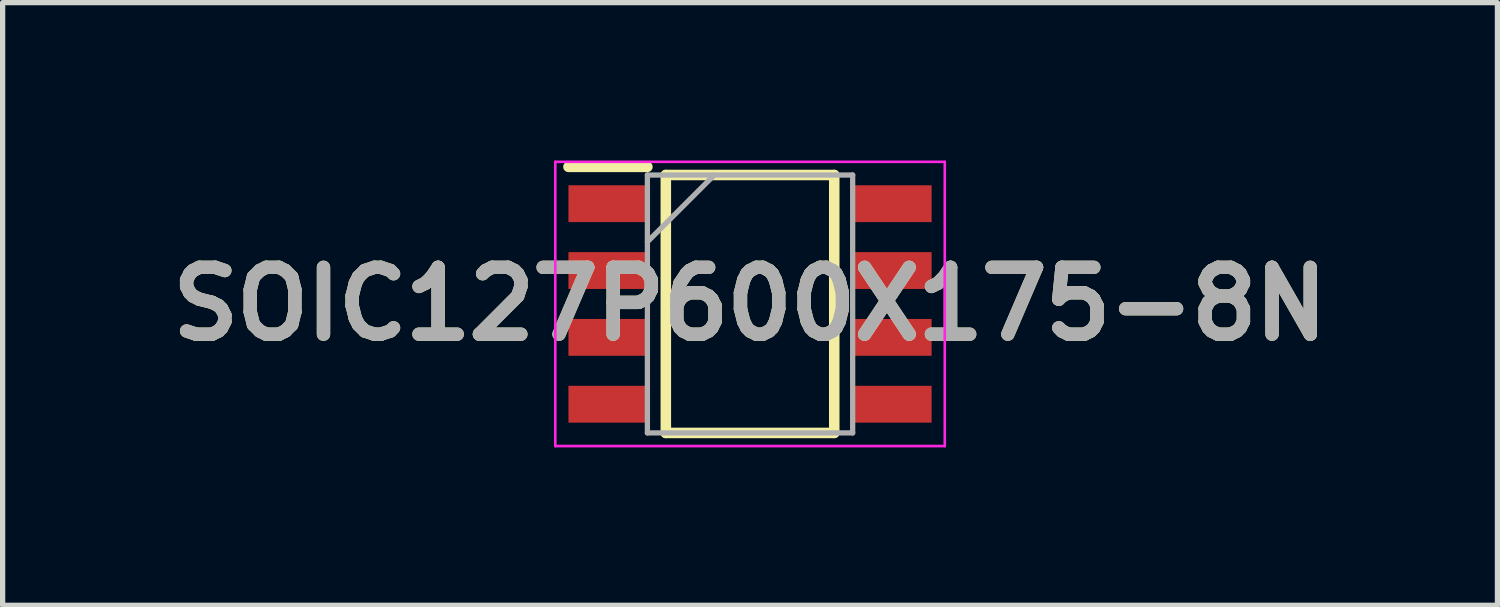
<source format=kicad_pcb>
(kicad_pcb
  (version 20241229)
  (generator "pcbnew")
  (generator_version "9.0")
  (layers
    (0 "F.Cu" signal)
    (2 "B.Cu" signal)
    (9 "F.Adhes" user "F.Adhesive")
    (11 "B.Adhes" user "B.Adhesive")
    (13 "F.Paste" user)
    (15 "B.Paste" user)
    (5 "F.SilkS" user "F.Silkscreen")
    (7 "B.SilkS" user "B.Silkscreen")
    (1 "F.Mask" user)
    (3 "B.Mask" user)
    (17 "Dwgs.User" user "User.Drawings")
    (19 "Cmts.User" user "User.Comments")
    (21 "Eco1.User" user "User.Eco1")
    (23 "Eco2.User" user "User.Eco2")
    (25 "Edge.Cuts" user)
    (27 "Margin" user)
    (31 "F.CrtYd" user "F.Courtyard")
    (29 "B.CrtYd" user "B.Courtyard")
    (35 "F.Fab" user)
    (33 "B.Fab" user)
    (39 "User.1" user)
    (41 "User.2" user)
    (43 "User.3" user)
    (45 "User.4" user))
  (footprint "SOIC127P600X175-8N"
    (layer "F.Cu")
    (at 11.2 2.725)
    (property "Reference" "SOIC127P600X175-8N" (at 0 0 0) (layer "F.SilkS") (effects (font (size 1.27 1.27) (thickness 0.254))))
    (attr smd)
    (fp_line (start -3.45 -2.605) (end -1.95 -2.605) (stroke (width 0.2) (type solid)) (layer "F.SilkS"))
    (fp_line (start -1.6 -2.45) (end 1.6 -2.45) (stroke (width 0.2) (type solid)) (layer "F.SilkS"))
    (fp_line (start -1.6 2.45) (end -1.6 -2.45) (stroke (width 0.2) (type solid)) (layer "F.SilkS"))
    (fp_line (start 1.6 -2.45) (end 1.6 2.45) (stroke (width 0.2) (type solid)) (layer "F.SilkS"))
    (fp_line (start 1.6 2.45) (end -1.6 2.45) (stroke (width 0.2) (type solid)) (layer "F.SilkS"))
    (fp_line (start -3.7 -2.7) (end 3.7 -2.7) (stroke (width 0.05) (type solid)) (layer "F.CrtYd"))
    (fp_line (start -3.7 2.7) (end -3.7 -2.7) (stroke (width 0.05) (type solid)) (layer "F.CrtYd"))
    (fp_line (start 3.7 -2.7) (end 3.7 2.7) (stroke (width 0.05) (type solid)) (layer "F.CrtYd"))
    (fp_line (start 3.7 2.7) (end -3.7 2.7) (stroke (width 0.05) (type solid)) (layer "F.CrtYd"))
    (fp_line (start -1.95 -2.45) (end 1.95 -2.45) (stroke (width 0.1) (type solid)) (layer "F.Fab"))
    (fp_line (start -1.95 -1.18) (end -0.68 -2.45) (stroke (width 0.1) (type solid)) (layer "F.Fab"))
    (fp_line (start -1.95 2.45) (end -1.95 -2.45) (stroke (width 0.1) (type solid)) (layer "F.Fab"))
    (fp_line (start 1.95 -2.45) (end 1.95 2.45) (stroke (width 0.1) (type solid)) (layer "F.Fab"))
    (fp_line (start 1.95 2.45) (end -1.95 2.45) (stroke (width 0.1) (type solid)) (layer "F.Fab"))
    (fp_text user "${REFERENCE}" (at 0 0 0) (layer "F.Fab") (effects (font (size 1.27 1.27) (thickness 0.254))))
    (pad "1" smd rect (at -2.7 -1.905 90) (size 0.7 1.5) (layers "F.Cu" "F.Mask" "F.Paste"))
    (pad "2" smd rect (at -2.7 -0.635 90) (size 0.7 1.5) (layers "F.Cu" "F.Mask" "F.Paste"))
    (pad "3" smd rect (at -2.7 0.635 90) (size 0.7 1.5) (layers "F.Cu" "F.Mask" "F.Paste"))
    (pad "4" smd rect (at -2.7 1.905 90) (size 0.7 1.5) (layers "F.Cu" "F.Mask" "F.Paste"))
    (pad "5" smd rect (at 2.7 1.905 90) (size 0.7 1.5) (layers "F.Cu" "F.Mask" "F.Paste"))
    (pad "6" smd rect (at 2.7 0.635 90) (size 0.7 1.5) (layers "F.Cu" "F.Mask" "F.Paste"))
    (pad "7" smd rect (at 2.7 -0.635 90) (size 0.7 1.5) (layers "F.Cu" "F.Mask" "F.Paste"))
    (pad "8" smd rect (at 2.7 -1.905 90) (size 0.7 1.5) (layers "F.Cu" "F.Mask" "F.Paste")))
  (gr_rect
    (start -3 -3)
    (end 25.4 8.45)
    (stroke (width 0.1) (type default))
    (fill no)
    (layer "Edge.Cuts")))
</source>
